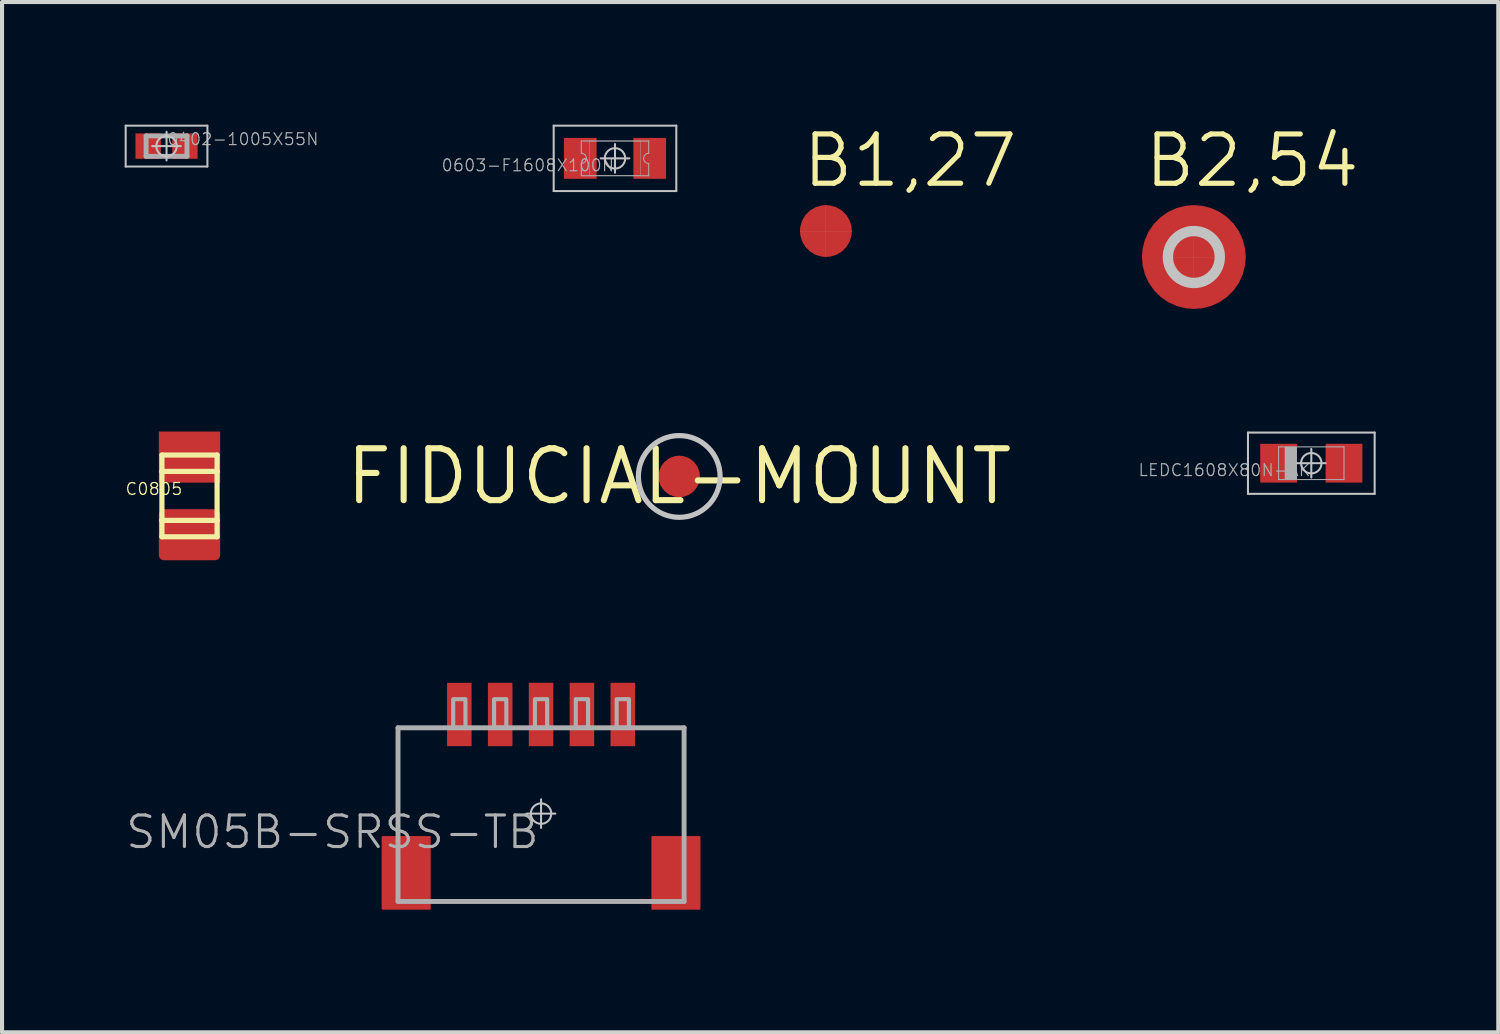
<source format=kicad_pcb>
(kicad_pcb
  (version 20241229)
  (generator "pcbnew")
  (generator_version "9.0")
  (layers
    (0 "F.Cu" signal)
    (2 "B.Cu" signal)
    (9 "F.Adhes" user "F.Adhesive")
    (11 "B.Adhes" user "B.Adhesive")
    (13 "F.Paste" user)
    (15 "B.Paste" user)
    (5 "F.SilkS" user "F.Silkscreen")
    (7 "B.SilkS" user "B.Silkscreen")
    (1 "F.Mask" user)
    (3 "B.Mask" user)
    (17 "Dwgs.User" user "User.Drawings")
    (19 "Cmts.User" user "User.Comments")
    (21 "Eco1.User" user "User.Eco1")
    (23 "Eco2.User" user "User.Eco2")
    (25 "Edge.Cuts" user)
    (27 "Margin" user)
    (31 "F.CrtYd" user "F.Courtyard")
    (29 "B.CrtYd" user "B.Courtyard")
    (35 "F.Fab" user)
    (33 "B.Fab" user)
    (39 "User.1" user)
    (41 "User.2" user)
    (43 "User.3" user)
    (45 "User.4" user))
  (footprint "0402-1005X55N"
    (layer "F.Cu")
    (at 1.025 0.525)
    (property "Reference" "0402-1005X55N" (at 0 0 0) (layer "F.Fab") (effects (font (size 0.29 0.29) (thickness 0.029)) (justify left bottom)))
    (attr through_hole)
    (fp_line (start -1 -0.5) (end 1 -0.5) (stroke (width 0.05) (type solid)) (layer "Dwgs.User"))
    (fp_line (start -1 0.5) (end -1 -0.5) (stroke (width 0.05) (type solid)) (layer "Dwgs.User"))
    (fp_line (start -0.35 0) (end 0.35 0) (stroke (width 0.05) (type solid)) (layer "Dwgs.User"))
    (fp_line (start 0 0.35) (end 0 -0.35) (stroke (width 0.05) (type solid)) (layer "Dwgs.User"))
    (fp_line (start 1 -0.5) (end 1 0.5) (stroke (width 0.05) (type solid)) (layer "Dwgs.User"))
    (fp_line (start 1 0.5) (end -1 0.5) (stroke (width 0.05) (type solid)) (layer "Dwgs.User"))
    (fp_circle (center 0 0) (end 0.25 0) (stroke (width 0.05) (type solid)) (fill no) (layer "Dwgs.User"))
    (fp_line (start -0.5 -0.25) (end -0.5 0.25) (stroke (width 0.12) (type solid)) (layer "F.Fab"))
    (fp_line (start -0.5 0.25) (end 0.5 0.25) (stroke (width 0.12) (type solid)) (layer "F.Fab"))
    (fp_line (start 0.5 -0.25) (end -0.5 -0.25) (stroke (width 0.12) (type solid)) (layer "F.Fab"))
    (fp_line (start 0.5 0.25) (end 0.5 -0.25) (stroke (width 0.12) (type solid)) (layer "F.Fab"))
    (pad "1" smd rect (at -0.45 0) (size 0.62 0.62) (layers "F.Cu" "F.Mask" "F.Paste"))
    (pad "2" smd roundrect (at 0.45 0) (size 0.62 0.62) (layers "F.Cu" "F.Mask" "F.Paste") (roundrect_rratio 0.015)))
  (footprint "B1,27"
    (layer "F.Cu")
    (at 17.159 2.603)
    (property "Reference" "B1,27" (at -0.635 -1.016 0) (layer "F.SilkS") (effects (font (size 1.206 1.206) (thickness 0.127)) (justify left bottom)))
    (attr through_hole)
    (fp_line (start -0.635 0) (end 0.635 0) (stroke (width 0.002) (type solid)) (layer "Dwgs.User"))
    (fp_line (start 0 -0.635) (end 0 0.635) (stroke (width 0.002) (type solid)) (layer "Dwgs.User"))
    (pad "PP" smd roundrect (at 0 0) (size 1.27 1.27) (layers "F.Cu" "F.Mask") (roundrect_rratio 0.5)))
  (footprint "SM05B-SRSS-TB"
    (layer "F.Cu")
    (at 10.189 16.858)
    (property "Reference" "SM05B-SRSS-TB" (at 0 0 180) (layer "F.Fab") (effects (font (size 0.772 0.772) (thickness 0.077)) (justify right top)))
    (attr through_hole)
    (fp_line (start -0.35 0) (end 0.35 0) (stroke (width 0.05) (type solid)) (layer "Dwgs.User"))
    (fp_line (start 0 0.35) (end 0 -0.35) (stroke (width 0.05) (type solid)) (layer "Dwgs.User"))
    (fp_circle (center 0 0) (end 0.25 0) (stroke (width 0.05) (type solid)) (fill no) (layer "Dwgs.User"))
    (fp_line (start -3.5 -2.1) (end -3.5 2.15) (stroke (width 0.12) (type solid)) (layer "F.Fab"))
    (fp_line (start -3.5 -2.1) (end 3.5 -2.1) (stroke (width 0.12) (type solid)) (layer "F.Fab"))
    (fp_line (start -3.5 2.15) (end 3.5 2.15) (stroke (width 0.12) (type solid)) (layer "F.Fab"))
    (fp_line (start 3.5 2.15) (end 3.5 -2.1) (stroke (width 0.12) (type solid)) (layer "F.Fab"))
    (fp_poly (pts (xy -2.15 -2.1) (xy -1.85 -2.1) (xy -1.85 -2.8) (xy -2.15 -2.8)) (stroke (width 0.1) (type solid)) (fill no) (layer "F.Fab"))
    (fp_poly (pts (xy -1.15 -2.1) (xy -0.85 -2.1) (xy -0.85 -2.8) (xy -1.15 -2.8)) (stroke (width 0.1) (type solid)) (fill no) (layer "F.Fab"))
    (fp_poly (pts (xy -0.15 -2.1) (xy 0.15 -2.1) (xy 0.15 -2.8) (xy -0.15 -2.8)) (stroke (width 0.1) (type solid)) (fill no) (layer "F.Fab"))
    (fp_poly (pts (xy 0.85 -2.1) (xy 1.15 -2.1) (xy 1.15 -2.8) (xy 0.85 -2.8)) (stroke (width 0.1) (type solid)) (fill no) (layer "F.Fab"))
    (fp_poly (pts (xy 1.85 -2.1) (xy 2.15 -2.1) (xy 2.15 -2.8) (xy 1.85 -2.8)) (stroke (width 0.1) (type solid)) (fill no) (layer "F.Fab"))
    (pad "1" smd rect (at -2 -2.425) (size 0.6 1.55) (layers "F.Cu" "F.Mask" "F.Paste"))
    (pad "2" smd roundrect (at -1 -2.425) (size 0.6 1.55) (layers "F.Cu" "F.Mask" "F.Paste") (roundrect_rratio 0.02))
    (pad "3" smd roundrect (at 0 -2.425) (size 0.6 1.55) (layers "F.Cu" "F.Mask" "F.Paste") (roundrect_rratio 0.02))
    (pad "4" smd roundrect (at 1 -2.425) (size 0.6 1.55) (layers "F.Cu" "F.Mask" "F.Paste") (roundrect_rratio 0.02))
    (pad "5" smd roundrect (at 2 -2.425) (size 0.6 1.55) (layers "F.Cu" "F.Mask" "F.Paste") (roundrect_rratio 0.02))
    (pad "SH1" smd roundrect (at -3.3 1.45) (size 1.2 1.8) (layers "F.Cu" "F.Mask" "F.Paste") (roundrect_rratio 0.02))
    (pad "SH2" smd roundrect (at 3.3 1.45) (size 1.2 1.8) (layers "F.Cu" "F.Mask" "F.Paste") (roundrect_rratio 0.02)))
  (footprint "C0805"
    (layer "F.Cu")
    (at 1.587 9.084)
    (property "Reference" "C0805" (at -1.587 0 0) (layer "F.SilkS") (effects (font (size 0.29 0.29) (thickness 0.029)) (justify left bottom)))
    (attr through_hole)
    (fp_line (start -0.675 -1) (end -0.675 -0.6) (stroke (width 0.127) (type solid)) (layer "F.SilkS"))
    (fp_line (start -0.675 -0.6) (end -0.675 0.6) (stroke (width 0.127) (type solid)) (layer "F.SilkS"))
    (fp_line (start -0.675 0.6) (end -0.675 1) (stroke (width 0.127) (type solid)) (layer "F.SilkS"))
    (fp_line (start 0.675 -1) (end -0.675 -1) (stroke (width 0.127) (type solid)) (layer "F.SilkS"))
    (fp_line (start 0.675 -1) (end 0.675 -0.6) (stroke (width 0.127) (type solid)) (layer "F.SilkS"))
    (fp_line (start 0.675 -0.6) (end -0.675 -0.6) (stroke (width 0.127) (type solid)) (layer "F.SilkS"))
    (fp_line (start 0.675 -0.6) (end 0.675 0.6) (stroke (width 0.127) (type solid)) (layer "F.SilkS"))
    (fp_line (start 0.675 0.6) (end -0.675 0.6) (stroke (width 0.127) (type solid)) (layer "F.SilkS"))
    (fp_line (start 0.675 0.6) (end 0.675 1) (stroke (width 0.127) (type solid)) (layer "F.SilkS"))
    (fp_line (start 0.675 1) (end -0.675 1) (stroke (width 0.127) (type solid)) (layer "F.SilkS"))
    (pad "1" smd rect (at 0 -0.95) (size 1.5 1.25) (layers "F.Cu" "F.Mask" "F.Paste"))
    (pad "2" smd roundrect (at 0 0.95) (size 1.5 1.25) (layers "F.Cu" "F.Mask" "F.Paste") (roundrect_rratio 0.1)))
  (footprint "LEDC1608X80N-AK"
    (layer "F.Cu")
    (at 29.036 8.284)
    (property "Reference" "LEDC1608X80N-AK" (at 0 0 180) (layer "F.Fab") (effects (font (size 0.29 0.29) (thickness 0.029)) (justify right top)))
    (attr through_hole)
    (fp_line (start -1.55 -0.75) (end -1.55 0.75) (stroke (width 0.05) (type solid)) (layer "Dwgs.User"))
    (fp_line (start -1.55 0.75) (end 1.55 0.75) (stroke (width 0.05) (type solid)) (layer "Dwgs.User"))
    (fp_line (start -0.35 0) (end 0.35 0) (stroke (width 0.05) (type solid)) (layer "Dwgs.User"))
    (fp_line (start 0 0.35) (end 0 -0.35) (stroke (width 0.05) (type solid)) (layer "Dwgs.User"))
    (fp_line (start 1.55 -0.75) (end -1.55 -0.75) (stroke (width 0.05) (type solid)) (layer "Dwgs.User"))
    (fp_line (start 1.55 0.75) (end 1.55 -0.75) (stroke (width 0.05) (type solid)) (layer "Dwgs.User"))
    (fp_circle (center 0 0) (end 0.25 0) (stroke (width 0.05) (type solid)) (fill no) (layer "Dwgs.User"))
    (fp_line (start -0.8 -0.4) (end -0.8 0.4) (stroke (width 0.025) (type solid)) (layer "F.Fab"))
    (fp_line (start -0.8 0.4) (end 0.8 0.4) (stroke (width 0.025) (type solid)) (layer "F.Fab"))
    (fp_line (start -0.645 -0.395) (end -0.645 0.395) (stroke (width 0.01) (type solid)) (layer "F.Fab"))
    (fp_line (start -0.645 0.395) (end -0.355 0.395) (stroke (width 0.01) (type solid)) (layer "F.Fab"))
    (fp_line (start -0.64 -0.39) (end -0.64 0.39) (stroke (width 0.01) (type solid)) (layer "F.Fab"))
    (fp_line (start -0.64 0.39) (end -0.36 0.39) (stroke (width 0.01) (type solid)) (layer "F.Fab"))
    (fp_line (start -0.63 -0.38) (end -0.63 0.38) (stroke (width 0.025) (type solid)) (layer "F.Fab"))
    (fp_line (start -0.63 0.38) (end -0.37 0.38) (stroke (width 0.025) (type solid)) (layer "F.Fab"))
    (fp_line (start -0.618 -0.368) (end -0.618 0.367) (stroke (width 0.025) (type solid)) (layer "F.Fab"))
    (fp_line (start -0.618 0.367) (end -0.383 0.367) (stroke (width 0.025) (type solid)) (layer "F.Fab"))
    (fp_line (start -0.605 -0.355) (end -0.605 0.355) (stroke (width 0.05) (type solid)) (layer "F.Fab"))
    (fp_line (start -0.605 0.355) (end -0.395 0.355) (stroke (width 0.05) (type solid)) (layer "F.Fab"))
    (fp_line (start -0.58 -0.33) (end -0.58 0.33) (stroke (width 0.1) (type solid)) (layer "F.Fab"))
    (fp_line (start -0.58 0.33) (end -0.42 0.33) (stroke (width 0.1) (type solid)) (layer "F.Fab"))
    (fp_line (start -0.53 -0.28) (end -0.53 0.28) (stroke (width 0.2) (type solid)) (layer "F.Fab"))
    (fp_line (start -0.53 0.28) (end -0.47 0.28) (stroke (width 0.2) (type solid)) (layer "F.Fab"))
    (fp_line (start -0.47 -0.28) (end -0.53 -0.28) (stroke (width 0.2) (type solid)) (layer "F.Fab"))
    (fp_line (start -0.47 0.28) (end -0.47 -0.28) (stroke (width 0.2) (type solid)) (layer "F.Fab"))
    (fp_line (start -0.42 -0.33) (end -0.58 -0.33) (stroke (width 0.1) (type solid)) (layer "F.Fab"))
    (fp_line (start -0.42 0.33) (end -0.42 -0.33) (stroke (width 0.1) (type solid)) (layer "F.Fab"))
    (fp_line (start -0.395 -0.355) (end -0.605 -0.355) (stroke (width 0.05) (type solid)) (layer "F.Fab"))
    (fp_line (start -0.395 0.355) (end -0.395 -0.355) (stroke (width 0.05) (type solid)) (layer "F.Fab"))
    (fp_line (start -0.383 -0.368) (end -0.618 -0.368) (stroke (width 0.025) (type solid)) (layer "F.Fab"))
    (fp_line (start -0.383 0.367) (end -0.383 -0.368) (stroke (width 0.025) (type solid)) (layer "F.Fab"))
    (fp_line (start -0.37 -0.38) (end -0.63 -0.38) (stroke (width 0.025) (type solid)) (layer "F.Fab"))
    (fp_line (start -0.37 0.38) (end -0.37 -0.38) (stroke (width 0.025) (type solid)) (layer "F.Fab"))
    (fp_line (start -0.36 -0.39) (end -0.64 -0.39) (stroke (width 0.01) (type solid)) (layer "F.Fab"))
    (fp_line (start -0.36 0.39) (end -0.36 -0.39) (stroke (width 0.01) (type solid)) (layer "F.Fab"))
    (fp_line (start -0.355 -0.395) (end -0.645 -0.395) (stroke (width 0.01) (type solid)) (layer "F.Fab"))
    (fp_line (start -0.355 0.395) (end -0.355 -0.395) (stroke (width 0.01) (type solid)) (layer "F.Fab"))
    (fp_line (start 0.8 -0.4) (end -0.8 -0.4) (stroke (width 0.025) (type solid)) (layer "F.Fab"))
    (fp_line (start 0.8 0.4) (end 0.8 -0.4) (stroke (width 0.025) (type solid)) (layer "F.Fab"))
    (pad "A" smd roundrect (at 0.8 0) (size 0.9 0.95) (layers "F.Cu" "F.Mask" "F.Paste") (roundrect_rratio 0.015))
    (pad "C" smd roundrect (at -0.8 0) (size 0.9 0.95) (layers "F.Cu" "F.Mask" "F.Paste") (roundrect_rratio 0.015)))
  (footprint "B2,54"
    (layer "F.Cu")
    (at 26.162 3.239)
    (property "Reference" "B2,54" (at -1.27 -1.651 0) (layer "F.SilkS") (effects (font (size 1.206 1.206) (thickness 0.127)) (justify left bottom)))
    (attr through_hole)
    (fp_line (start -0.635 0) (end 0.635 0) (stroke (width 0.002) (type solid)) (layer "Dwgs.User"))
    (fp_line (start 0 0.635) (end 0 -0.635) (stroke (width 0.002) (type solid)) (layer "Dwgs.User"))
    (fp_circle (center 0 0) (end 0.635 0) (stroke (width 0.254) (type solid)) (fill no) (layer "Dwgs.User"))
    (pad "PP" smd roundrect (at 0 0) (size 2.54 2.54) (layers "F.Cu" "F.Mask") (roundrect_rratio 0.5)))
  (footprint "0603-F1608X100N"
    (layer "F.Cu")
    (at 11.998 0.825)
    (property "Reference" "0603-F1608X100N" (at 0 0 180) (layer "F.Fab") (effects (font (size 0.29 0.29) (thickness 0.029)) (justify right top)))
    (attr through_hole)
    (fp_line (start -1.5 -0.8) (end -1.5 0.8) (stroke (width 0.05) (type solid)) (layer "Dwgs.User"))
    (fp_line (start -1.5 0.8) (end 1.5 0.8) (stroke (width 0.05) (type solid)) (layer "Dwgs.User"))
    (fp_line (start 0 0.35) (end 0 -0.35) (stroke (width 0.05) (type solid)) (layer "Dwgs.User"))
    (fp_line (start 0.35 0) (end -0.35 0) (stroke (width 0.05) (type solid)) (layer "Dwgs.User"))
    (fp_line (start 1.5 -0.8) (end -1.5 -0.8) (stroke (width 0.05) (type solid)) (layer "Dwgs.User"))
    (fp_line (start 1.5 0.8) (end 1.5 -0.8) (stroke (width 0.05) (type solid)) (layer "Dwgs.User"))
    (fp_circle (center 0 0) (end 0.25 0) (stroke (width 0.05) (type solid)) (fill no) (layer "Dwgs.User"))
    (fp_line (start -0.825 -0.425) (end 0.825 -0.425) (stroke (width 0.025) (type solid)) (layer "F.Fab"))
    (fp_line (start -0.825 -0.125) (end -0.825 -0.425) (stroke (width 0.025) (type solid)) (layer "F.Fab"))
    (fp_line (start -0.825 0.425) (end -0.825 0.125) (stroke (width 0.025) (type solid)) (layer "F.Fab"))
    (fp_line (start -0.625 -0.425) (end -0.625 0.425) (stroke (width 0.01) (type solid)) (layer "F.Fab"))
    (fp_line (start -0.625 0.425) (end 0.625 0.425) (stroke (width 0.01) (type solid)) (layer "F.Fab"))
    (fp_line (start 0.625 -0.425) (end -0.625 -0.425) (stroke (width 0.01) (type solid)) (layer "F.Fab"))
    (fp_line (start 0.625 0.425) (end 0.625 -0.425) (stroke (width 0.01) (type solid)) (layer "F.Fab"))
    (fp_line (start 0.825 -0.425) (end 0.825 -0.125) (stroke (width 0.025) (type solid)) (layer "F.Fab"))
    (fp_line (start 0.825 0.125) (end 0.825 0.425) (stroke (width 0.025) (type solid)) (layer "F.Fab"))
    (fp_line (start 0.825 0.425) (end -0.825 0.425) (stroke (width 0.025) (type solid)) (layer "F.Fab"))
    (fp_arc (start -0.825 -0.125) (mid -0.736612 -0.088388) (end -0.7 0) (stroke (width 0.025) (type solid)) (layer "F.Fab"))
    (fp_arc (start -0.7 0) (mid -0.736612 0.088388) (end -0.825 0.125) (stroke (width 0.025) (type solid)) (layer "F.Fab"))
    (fp_arc (start 0.7 0) (mid 0.736612 -0.088388) (end 0.825 -0.125) (stroke (width 0.025) (type solid)) (layer "F.Fab"))
    (fp_arc (start 0.825 0.125) (mid 0.736612 0.088388) (end 0.7 0) (stroke (width 0.025) (type solid)) (layer "F.Fab"))
    (pad "1" smd rect (at -0.85 0) (size 0.8 1) (layers "F.Cu" "F.Mask" "F.Paste"))
    (pad "2" smd roundrect (at 0.85 0) (size 0.8 1) (layers "F.Cu" "F.Mask" "F.Paste") (roundrect_rratio 0.015)))
  (footprint "FIDUCIAL-MOUNT"
    (layer "F.Cu")
    (at 13.57 8.608)
    (property "Reference" "FIDUCIAL-MOUNT" (at 0 0 0) (layer "F.SilkS") (effects (font (size 1.27 1.27) (thickness 0.15))))
    (attr through_hole)
    (fp_circle (center 0 0) (end 0.5 0) (stroke (width 1.2) (type solid)) (fill no) (layer "F.Mask"))
    (fp_circle (center 0 0) (end 1 0) (stroke (width 0.127) (type solid)) (fill no) (layer "Dwgs.User"))
    (pad "P$1" smd roundrect (at 0 0) (size 1.016 1.016) (layers "F.Cu" "F.Mask") (roundrect_rratio 0.5)))
  (gr_rect
    (start -3 -3)
    (end 33.611 22.209)
    (stroke (width 0.1) (type default))
    (fill no)
    (layer "Edge.Cuts")))
</source>
